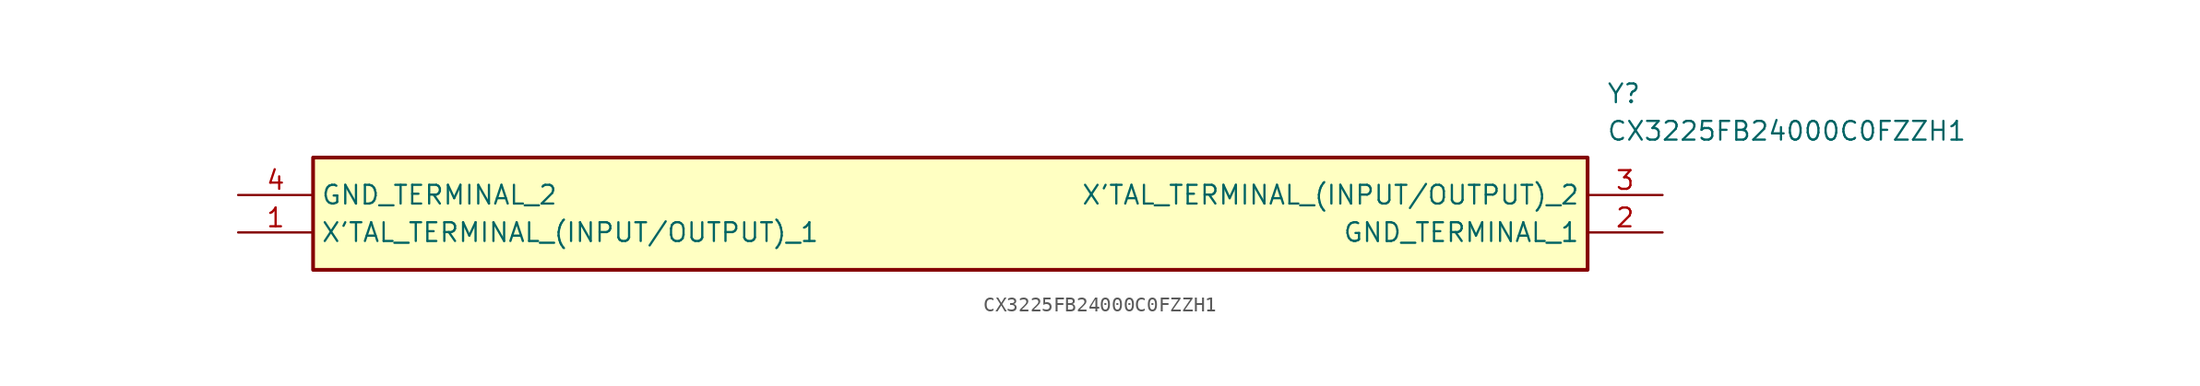
<source format=kicad_sym>
(kicad_symbol_lib
  (version 20211014)
  (generator SamacSys_ECAD_Model)
  (symbol "CX3225FB24000C0FZZH1"
    (property "Reference" "Y"
      (at 92.71 7.62 0)
      (effects (font (size 1.27 1.27)) (justify left top)))
    (property "Value" "CX3225FB24000C0FZZH1"
      (at 92.71 5.08 0)
      (effects (font (size 1.27 1.27)) (justify left top)))
    (rectangle
      (start 5.08 2.54)
      (end 91.44 -5.08)
      (stroke (width 0.254) (type default))
      (fill (type background)))
    (pin passive line
      (at 0 -2.54 0)
      (length 5.08)
      (name "X'TAL_TERMINAL_(INPUT/OUTPUT)_1" (effects (font (size 1.27 1.27))))
      (number "1" (effects (font (size 1.27 1.27)))))
    (pin passive line
      (at 96.52 -2.54 180)
      (length 5.08)
      (name "GND_TERMINAL_1" (effects (font (size 1.27 1.27))))
      (number "2" (effects (font (size 1.27 1.27)))))
    (pin passive line
      (at 96.52 0 180)
      (length 5.08)
      (name "X'TAL_TERMINAL_(INPUT/OUTPUT)_2" (effects (font (size 1.27 1.27))))
      (number "3" (effects (font (size 1.27 1.27)))))
    (pin passive line
      (at 0 0 0)
      (length 5.08)
      (name "GND_TERMINAL_2" (effects (font (size 1.27 1.27))))
      (number "4" (effects (font (size 1.27 1.27)))))))
</source>
